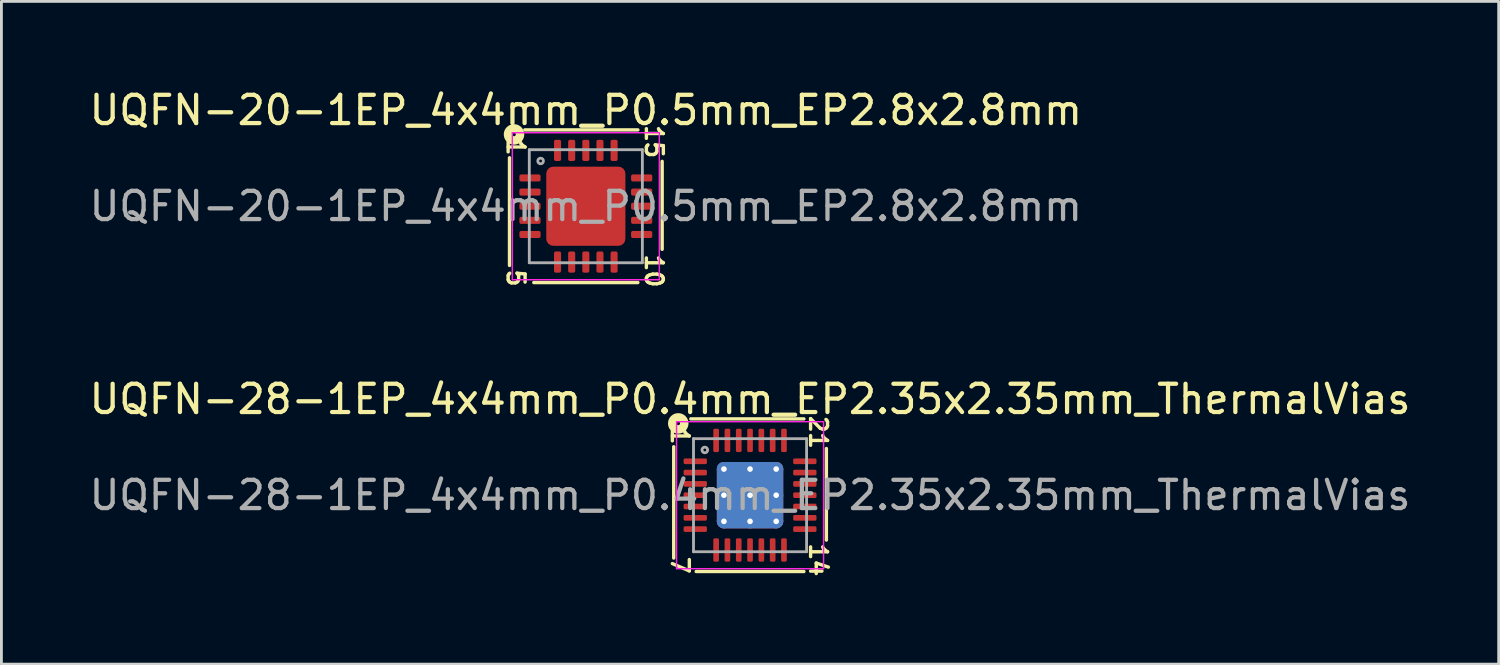
<source format=kicad_pcb>
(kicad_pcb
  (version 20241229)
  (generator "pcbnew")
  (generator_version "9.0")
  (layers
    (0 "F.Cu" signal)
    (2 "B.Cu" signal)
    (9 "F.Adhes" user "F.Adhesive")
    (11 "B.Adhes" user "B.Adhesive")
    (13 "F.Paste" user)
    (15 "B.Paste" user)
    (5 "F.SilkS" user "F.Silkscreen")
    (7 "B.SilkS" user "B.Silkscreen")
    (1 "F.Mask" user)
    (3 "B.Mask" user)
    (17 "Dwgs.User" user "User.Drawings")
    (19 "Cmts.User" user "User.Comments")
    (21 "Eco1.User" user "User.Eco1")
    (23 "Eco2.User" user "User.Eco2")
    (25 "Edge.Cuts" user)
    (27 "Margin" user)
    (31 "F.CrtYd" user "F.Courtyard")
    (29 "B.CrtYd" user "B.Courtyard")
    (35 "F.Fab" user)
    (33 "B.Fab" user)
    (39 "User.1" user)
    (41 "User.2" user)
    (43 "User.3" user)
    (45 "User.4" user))
  (footprint "UQFN-20-1EP_4x4mm_P0.5mm_EP2.8x2.8mm"
    (layer "F.Cu")
    (at 17.673 4.245)
    (property "Reference" "UQFN-20-1EP_4x4mm_P0.5mm_EP2.8x2.8mm" (at 0 -3.397 0) (layer "F.SilkS") (effects (font (size 1 1) (thickness 0.15))))
    (attr smd)
    (fp_line (start -2.7 -1.714) (end -2.7 2.095) (stroke (width 0.12) (type solid)) (layer "F.SilkS"))
    (fp_line (start -1.841 2.7) (end 1.841 2.7) (stroke (width 0.12) (type solid)) (layer "F.SilkS"))
    (fp_line (start 1.841 -2.7) (end -2.159 -2.7) (stroke (width 0.12) (type solid)) (layer "F.SilkS"))
    (fp_line (start 2.7 1.524) (end 2.7 -1.587) (stroke (width 0.12) (type solid)) (layer "F.SilkS"))
    (fp_circle (center -2.54 -2.54) (end -2.477 -2.54) (stroke (width 0.3) (type solid)) (fill no) (layer "F.SilkS"))
    (fp_line (start -2.6 -2.6) (end -2.6 2.6) (stroke (width 0.05) (type solid)) (layer "F.CrtYd"))
    (fp_line (start -2.6 2.6) (end 2.6 2.6) (stroke (width 0.05) (type solid)) (layer "F.CrtYd"))
    (fp_line (start 2.6 -2.6) (end -2.6 -2.6) (stroke (width 0.05) (type solid)) (layer "F.CrtYd"))
    (fp_line (start 2.6 2.6) (end 2.6 -2.6) (stroke (width 0.05) (type solid)) (layer "F.CrtYd"))
    (fp_line (start -2 -2) (end 2 -2) (stroke (width 0.1) (type solid)) (layer "F.Fab"))
    (fp_line (start -2 2) (end -2 -2) (stroke (width 0.1) (type solid)) (layer "F.Fab"))
    (fp_line (start 2 -2) (end 2 2) (stroke (width 0.1) (type solid)) (layer "F.Fab"))
    (fp_line (start 2 2) (end -2 2) (stroke (width 0.1) (type solid)) (layer "F.Fab"))
    (fp_circle (center -1.6 -1.6) (end -1.5 -1.6) (stroke (width 0.1) (type solid)) (fill no) (layer "F.Fab"))
    (fp_text user "1" (at -2.477 -2.095 270) (unlocked yes) (layer "F.SilkS") (effects (font (size 0.6 0.6) (thickness 0.12))))
    (fp_text user "5" (at -2.477 2.54 270) (unlocked yes) (layer "F.SilkS") (effects (font (size 0.6 0.6) (thickness 0.12))))
    (fp_text user "10" (at 2.413 2.286 270) (unlocked yes) (layer "F.SilkS") (effects (font (size 0.6 0.6) (thickness 0.12))))
    (fp_text user "15" (at 2.413 -2.286 270) (unlocked yes) (layer "F.SilkS") (effects (font (size 0.6 0.6) (thickness 0.12))))
    (fp_text user "${REFERENCE}" (at 0 0 0) (layer "F.Fab") (effects (font (size 1 1) (thickness 0.15))))
    (pad "" smd roundrect (at -0.7 -0.7) (size 1.13 1.13) (layers "F.Paste") (roundrect_rratio 0.221))
    (pad "" smd roundrect (at -0.7 0.7) (size 1.13 1.13) (layers "F.Paste") (roundrect_rratio 0.221))
    (pad "" smd roundrect (at 0.7 -0.7) (size 1.13 1.13) (layers "F.Paste") (roundrect_rratio 0.221))
    (pad "" smd roundrect (at 0.7 0.7) (size 1.13 1.13) (layers "F.Paste") (roundrect_rratio 0.221))
    (pad "1" smd roundrect (at -1.975 -1) (size 0.75 0.25) (layers "F.Cu" "F.Mask" "F.Paste") (roundrect_rratio 0.25))
    (pad "2" smd roundrect (at -1.975 -0.5) (size 0.75 0.25) (layers "F.Cu" "F.Mask" "F.Paste") (roundrect_rratio 0.25))
    (pad "3" smd roundrect (at -1.975 0) (size 0.75 0.25) (layers "F.Cu" "F.Mask" "F.Paste") (roundrect_rratio 0.25))
    (pad "4" smd roundrect (at -1.975 0.5) (size 0.75 0.25) (layers "F.Cu" "F.Mask" "F.Paste") (roundrect_rratio 0.25))
    (pad "5" smd roundrect (at -1.975 1) (size 0.75 0.25) (layers "F.Cu" "F.Mask" "F.Paste") (roundrect_rratio 0.25))
    (pad "6" smd roundrect (at -1 1.975) (size 0.25 0.75) (layers "F.Cu" "F.Mask" "F.Paste") (roundrect_rratio 0.25))
    (pad "7" smd roundrect (at -0.5 1.975) (size 0.25 0.75) (layers "F.Cu" "F.Mask" "F.Paste") (roundrect_rratio 0.25))
    (pad "8" smd roundrect (at 0 1.975) (size 0.25 0.75) (layers "F.Cu" "F.Mask" "F.Paste") (roundrect_rratio 0.25))
    (pad "9" smd roundrect (at 0.5 1.975) (size 0.25 0.75) (layers "F.Cu" "F.Mask" "F.Paste") (roundrect_rratio 0.25))
    (pad "10" smd roundrect (at 1 1.975) (size 0.25 0.75) (layers "F.Cu" "F.Mask" "F.Paste") (roundrect_rratio 0.25))
    (pad "11" smd roundrect (at 1.975 1) (size 0.75 0.25) (layers "F.Cu" "F.Mask" "F.Paste") (roundrect_rratio 0.25))
    (pad "12" smd roundrect (at 1.975 0.5) (size 0.75 0.25) (layers "F.Cu" "F.Mask" "F.Paste") (roundrect_rratio 0.25))
    (pad "13" smd roundrect (at 1.975 0) (size 0.75 0.25) (layers "F.Cu" "F.Mask" "F.Paste") (roundrect_rratio 0.25))
    (pad "14" smd roundrect (at 1.975 -0.5) (size 0.75 0.25) (layers "F.Cu" "F.Mask" "F.Paste") (roundrect_rratio 0.25))
    (pad "15" smd roundrect (at 1.975 -1) (size 0.75 0.25) (layers "F.Cu" "F.Mask" "F.Paste") (roundrect_rratio 0.25))
    (pad "16" smd roundrect (at 1 -1.975) (size 0.25 0.75) (layers "F.Cu" "F.Mask" "F.Paste") (roundrect_rratio 0.25))
    (pad "17" smd roundrect (at 0.5 -1.975) (size 0.25 0.75) (layers "F.Cu" "F.Mask" "F.Paste") (roundrect_rratio 0.25))
    (pad "18" smd roundrect (at 0 -1.975) (size 0.25 0.75) (layers "F.Cu" "F.Mask" "F.Paste") (roundrect_rratio 0.25))
    (pad "19" smd roundrect (at -0.5 -1.975) (size 0.25 0.75) (layers "F.Cu" "F.Mask" "F.Paste") (roundrect_rratio 0.25))
    (pad "20" smd roundrect (at -1 -1.975) (size 0.25 0.75) (layers "F.Cu" "F.Mask" "F.Paste") (roundrect_rratio 0.25))
    (pad "21" smd roundrect (at 0 0) (size 2.8 2.8) (layers "F.Cu" "F.Mask") (roundrect_rratio 0.089)))
  (footprint "UQFN-28-1EP_4x4mm_P0.4mm_EP2.35x2.35mm_ThermalVias"
    (layer "F.Cu")
    (at 23.482 14.467)
    (property "Reference" "UQFN-28-1EP_4x4mm_P0.4mm_EP2.35x2.35mm_ThermalVias" (at 0 -3.397 0) (layer "F.SilkS") (effects (font (size 1 1) (thickness 0.15))))
    (attr smd)
    (fp_line (start -2.7 -1.714) (end -2.7 2.223) (stroke (width 0.12) (type solid)) (layer "F.SilkS"))
    (fp_line (start -1.905 2.7) (end 1.905 2.7) (stroke (width 0.12) (type solid)) (layer "F.SilkS"))
    (fp_line (start 1.905 -2.7) (end -2.095 -2.7) (stroke (width 0.12) (type solid)) (layer "F.SilkS"))
    (fp_line (start 2.7 1.587) (end 2.7 -1.651) (stroke (width 0.12) (type solid)) (layer "F.SilkS"))
    (fp_circle (center -2.54 -2.54) (end -2.477 -2.54) (stroke (width 0.3) (type solid)) (fill no) (layer "F.SilkS"))
    (fp_line (start -2.6 -2.6) (end -2.6 2.6) (stroke (width 0.05) (type solid)) (layer "F.CrtYd"))
    (fp_line (start -2.6 2.6) (end 2.6 2.6) (stroke (width 0.05) (type solid)) (layer "F.CrtYd"))
    (fp_line (start 2.6 -2.6) (end -2.6 -2.6) (stroke (width 0.05) (type solid)) (layer "F.CrtYd"))
    (fp_line (start 2.6 2.6) (end 2.6 -2.6) (stroke (width 0.05) (type solid)) (layer "F.CrtYd"))
    (fp_line (start -2 -2) (end 2 -2) (stroke (width 0.1) (type solid)) (layer "F.Fab"))
    (fp_line (start -2 2) (end -2 -2) (stroke (width 0.1) (type solid)) (layer "F.Fab"))
    (fp_line (start 2 -2) (end 2 2) (stroke (width 0.1) (type solid)) (layer "F.Fab"))
    (fp_line (start 2 2) (end -2 2) (stroke (width 0.1) (type solid)) (layer "F.Fab"))
    (fp_circle (center -1.6 -1.6) (end -1.5 -1.6) (stroke (width 0.1) (type solid)) (fill no) (layer "F.Fab"))
    (fp_text user "14" (at 2.413 2.286 270) (unlocked yes) (layer "F.SilkS") (effects (font (size 0.6 0.6) (thickness 0.12))))
    (fp_text user "21" (at 2.413 -2.223 270) (unlocked yes) (layer "F.SilkS") (effects (font (size 0.6 0.6) (thickness 0.12))))
    (fp_text user "7" (at -2.477 2.477 270) (unlocked yes) (layer "F.SilkS") (effects (font (size 0.6 0.6) (thickness 0.12))))
    (fp_text user "1" (at -2.477 -2.095 270) (unlocked yes) (layer "F.SilkS") (effects (font (size 0.6 0.6) (thickness 0.12))))
    (fp_text user "${REFERENCE}" (at 0 0 0) (layer "F.Fab") (effects (font (size 1 1) (thickness 0.15))))
    (pad "" smd roundrect (at -0.59 -0.59) (size 0.98 0.98) (layers "F.Paste") (roundrect_rratio 0.25))
    (pad "" smd roundrect (at -0.59 0.59) (size 0.98 0.98) (layers "F.Paste") (roundrect_rratio 0.25))
    (pad "" smd roundrect (at 0.59 -0.59) (size 0.98 0.98) (layers "F.Paste") (roundrect_rratio 0.25))
    (pad "" smd roundrect (at 0.59 0.59) (size 0.98 0.98) (layers "F.Paste") (roundrect_rratio 0.25))
    (pad "1" smd roundrect (at -1.938 -1.2) (size 0.825 0.2) (layers "F.Cu" "F.Mask" "F.Paste") (roundrect_rratio 0.25))
    (pad "2" smd roundrect (at -1.938 -0.8) (size 0.825 0.2) (layers "F.Cu" "F.Mask" "F.Paste") (roundrect_rratio 0.25))
    (pad "3" smd roundrect (at -1.938 -0.4) (size 0.825 0.2) (layers "F.Cu" "F.Mask" "F.Paste") (roundrect_rratio 0.25))
    (pad "4" smd roundrect (at -1.938 0) (size 0.825 0.2) (layers "F.Cu" "F.Mask" "F.Paste") (roundrect_rratio 0.25))
    (pad "5" smd roundrect (at -1.938 0.4) (size 0.825 0.2) (layers "F.Cu" "F.Mask" "F.Paste") (roundrect_rratio 0.25))
    (pad "6" smd roundrect (at -1.938 0.8) (size 0.825 0.2) (layers "F.Cu" "F.Mask" "F.Paste") (roundrect_rratio 0.25))
    (pad "7" smd roundrect (at -1.938 1.2) (size 0.825 0.2) (layers "F.Cu" "F.Mask" "F.Paste") (roundrect_rratio 0.25))
    (pad "8" smd roundrect (at -1.2 1.938) (size 0.2 0.825) (layers "F.Cu" "F.Mask" "F.Paste") (roundrect_rratio 0.25))
    (pad "9" smd roundrect (at -0.8 1.938) (size 0.2 0.825) (layers "F.Cu" "F.Mask" "F.Paste") (roundrect_rratio 0.25))
    (pad "10" smd roundrect (at -0.4 1.938) (size 0.2 0.825) (layers "F.Cu" "F.Mask" "F.Paste") (roundrect_rratio 0.25))
    (pad "11" smd roundrect (at 0 1.938) (size 0.2 0.825) (layers "F.Cu" "F.Mask" "F.Paste") (roundrect_rratio 0.25))
    (pad "12" smd roundrect (at 0.4 1.938) (size 0.2 0.825) (layers "F.Cu" "F.Mask" "F.Paste") (roundrect_rratio 0.25))
    (pad "13" smd roundrect (at 0.8 1.938) (size 0.2 0.825) (layers "F.Cu" "F.Mask" "F.Paste") (roundrect_rratio 0.25))
    (pad "14" smd roundrect (at 1.2 1.938) (size 0.2 0.825) (layers "F.Cu" "F.Mask" "F.Paste") (roundrect_rratio 0.25))
    (pad "15" smd roundrect (at 1.938 1.2) (size 0.825 0.2) (layers "F.Cu" "F.Mask" "F.Paste") (roundrect_rratio 0.25))
    (pad "16" smd roundrect (at 1.938 0.8) (size 0.825 0.2) (layers "F.Cu" "F.Mask" "F.Paste") (roundrect_rratio 0.25))
    (pad "17" smd roundrect (at 1.938 0.4) (size 0.825 0.2) (layers "F.Cu" "F.Mask" "F.Paste") (roundrect_rratio 0.25))
    (pad "18" smd roundrect (at 1.938 0) (size 0.825 0.2) (layers "F.Cu" "F.Mask" "F.Paste") (roundrect_rratio 0.25))
    (pad "19" smd roundrect (at 1.938 -0.4) (size 0.825 0.2) (layers "F.Cu" "F.Mask" "F.Paste") (roundrect_rratio 0.25))
    (pad "20" smd roundrect (at 1.938 -0.8) (size 0.825 0.2) (layers "F.Cu" "F.Mask" "F.Paste") (roundrect_rratio 0.25))
    (pad "21" smd roundrect (at 1.938 -1.2) (size 0.825 0.2) (layers "F.Cu" "F.Mask" "F.Paste") (roundrect_rratio 0.25))
    (pad "22" smd roundrect (at 1.2 -1.938) (size 0.2 0.825) (layers "F.Cu" "F.Mask" "F.Paste") (roundrect_rratio 0.25))
    (pad "23" smd roundrect (at 0.8 -1.938) (size 0.2 0.825) (layers "F.Cu" "F.Mask" "F.Paste") (roundrect_rratio 0.25))
    (pad "24" smd roundrect (at 0.4 -1.938) (size 0.2 0.825) (layers "F.Cu" "F.Mask" "F.Paste") (roundrect_rratio 0.25))
    (pad "25" smd roundrect (at 0 -1.938) (size 0.2 0.825) (layers "F.Cu" "F.Mask" "F.Paste") (roundrect_rratio 0.25))
    (pad "26" smd roundrect (at -0.4 -1.938) (size 0.2 0.825) (layers "F.Cu" "F.Mask" "F.Paste") (roundrect_rratio 0.25))
    (pad "27" smd roundrect (at -0.8 -1.938) (size 0.2 0.825) (layers "F.Cu" "F.Mask" "F.Paste") (roundrect_rratio 0.25))
    (pad "28" smd roundrect (at -1.2 -1.938) (size 0.2 0.825) (layers "F.Cu" "F.Mask" "F.Paste") (roundrect_rratio 0.25))
    (pad "29" thru_hole circle (at -0.925 -0.925) (size 0.5 0.5) (drill 0.2) (property pad_prop_heatsink) (layers "*.Cu"))
    (pad "29" thru_hole circle (at -0.925 0) (size 0.5 0.5) (drill 0.2) (property pad_prop_heatsink) (layers "*.Cu"))
    (pad "29" thru_hole circle (at -0.925 0.925) (size 0.5 0.5) (drill 0.2) (property pad_prop_heatsink) (layers "*.Cu"))
    (pad "29" thru_hole circle (at 0 -0.925) (size 0.5 0.5) (drill 0.2) (property pad_prop_heatsink) (layers "*.Cu"))
    (pad "29" thru_hole circle (at 0 0) (size 0.5 0.5) (drill 0.2) (property pad_prop_heatsink) (layers "*.Cu"))
    (pad "29" smd roundrect (at 0 0) (size 2.35 2.35) (layers "F.Cu" "F.Mask") (roundrect_rratio 0.106))
    (pad "29" smd roundrect (at 0 0) (size 2.35 2.35) (layers "B.Cu" "B.Mask") (roundrect_rratio 0.106))
    (pad "29" thru_hole circle (at 0 0.925) (size 0.5 0.5) (drill 0.2) (property pad_prop_heatsink) (layers "*.Cu"))
    (pad "29" thru_hole circle (at 0.925 -0.925) (size 0.5 0.5) (drill 0.2) (property pad_prop_heatsink) (layers "*.Cu"))
    (pad "29" thru_hole circle (at 0.925 0) (size 0.5 0.5) (drill 0.2) (property pad_prop_heatsink) (layers "*.Cu"))
    (pad "29" thru_hole circle (at 0.925 0.925) (size 0.5 0.5) (drill 0.2) (property pad_prop_heatsink) (layers "*.Cu")))
  (gr_rect
    (start -3 -3)
    (end 49.964 20.444)
    (stroke (width 0.1) (type default))
    (fill no)
    (layer "Edge.Cuts")))
</source>
